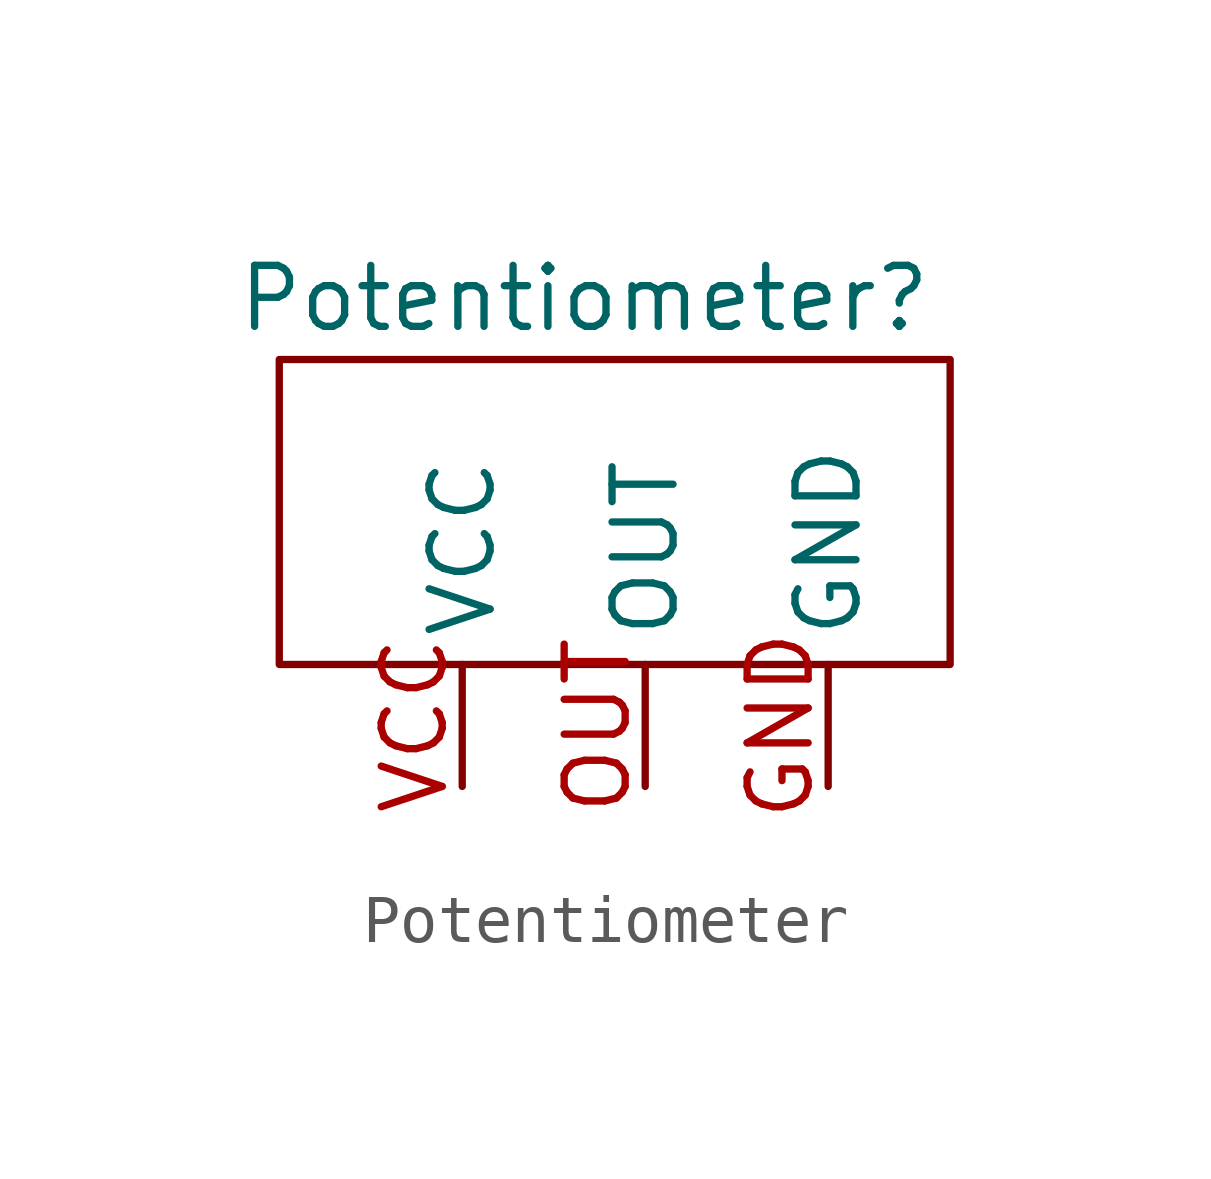
<source format=kicad_sym>
(kicad_symbol_lib
  (version 20231120)
  (generator "kicad_symbol_editor")
  (generator_version "8.0")
  (symbol "Potentiometer"
    (property "Reference" "Potentiometer"
      (at -1.27 6.35 0)
      (effects (font (size 1.27 1.27))))
    (property "Value" ""
      (at 0 0 0)
      (effects (font (size 1.27 1.27))))
    (symbol "Potentiometer_0_1"
      (rectangle (start -7.62 -1.27) (end 6.35 5.08) (stroke (width 0) (type default)) (fill (type none))))
    (symbol "Potentiometer_1_1"
      (pin input line (at 3.81 -3.81 90) (length 2.54) (name "GND" (effects (font (size 1.27 1.27)))) (number "GND" (effects (font (size 1.27 1.27)))))
      (pin output line (at 0 -3.81 90) (length 2.54) (name "OUT" (effects (font (size 1.27 1.27)))) (number "OUT" (effects (font (size 1.27 1.27)))))
      (pin input line (at -3.81 -3.81 90) (length 2.54) (name "VCC" (effects (font (size 1.27 1.27)))) (number "VCC" (effects (font (size 1.27 1.27))))))))
</source>
